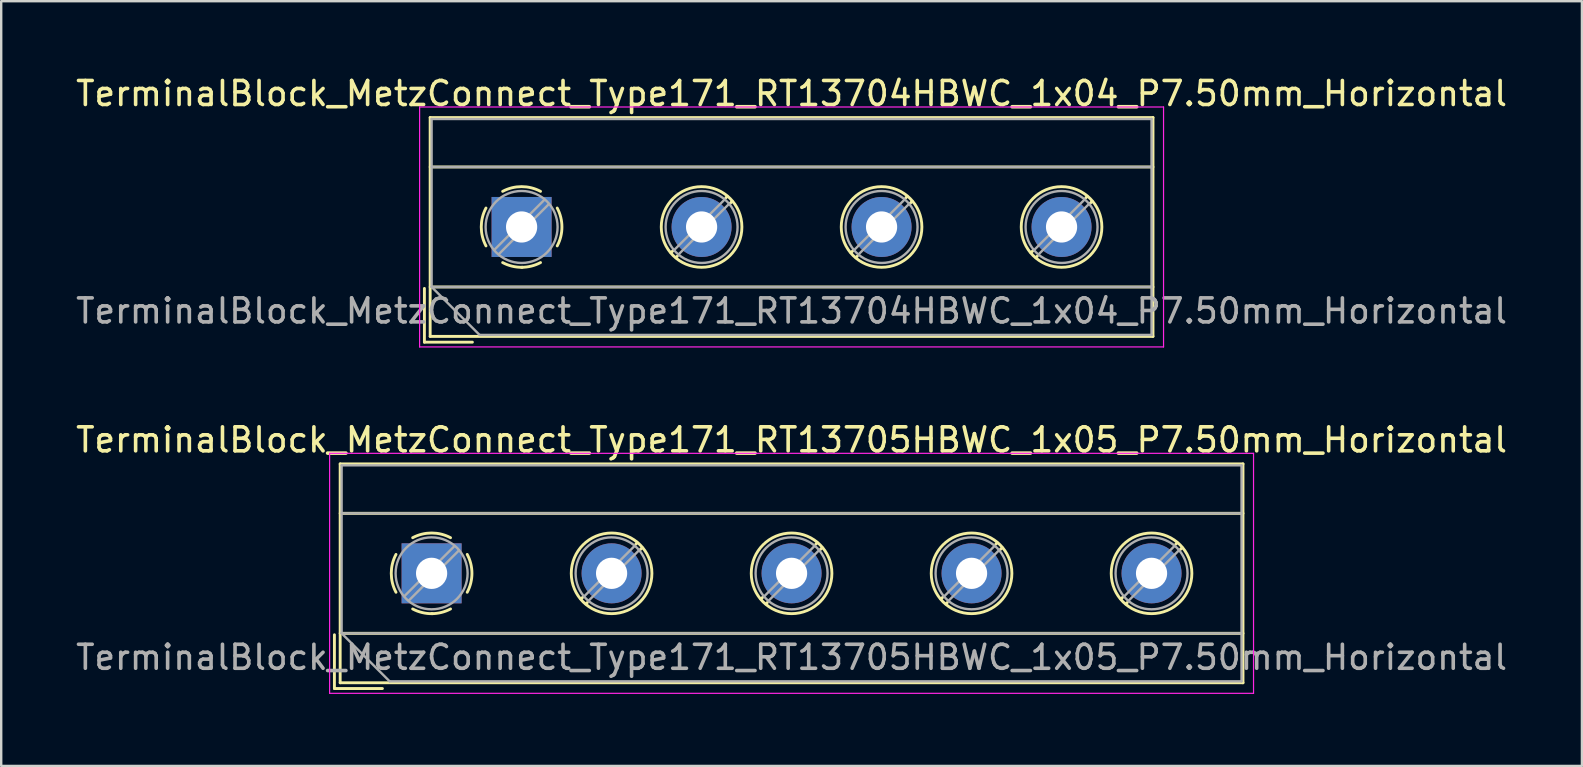
<source format=kicad_pcb>
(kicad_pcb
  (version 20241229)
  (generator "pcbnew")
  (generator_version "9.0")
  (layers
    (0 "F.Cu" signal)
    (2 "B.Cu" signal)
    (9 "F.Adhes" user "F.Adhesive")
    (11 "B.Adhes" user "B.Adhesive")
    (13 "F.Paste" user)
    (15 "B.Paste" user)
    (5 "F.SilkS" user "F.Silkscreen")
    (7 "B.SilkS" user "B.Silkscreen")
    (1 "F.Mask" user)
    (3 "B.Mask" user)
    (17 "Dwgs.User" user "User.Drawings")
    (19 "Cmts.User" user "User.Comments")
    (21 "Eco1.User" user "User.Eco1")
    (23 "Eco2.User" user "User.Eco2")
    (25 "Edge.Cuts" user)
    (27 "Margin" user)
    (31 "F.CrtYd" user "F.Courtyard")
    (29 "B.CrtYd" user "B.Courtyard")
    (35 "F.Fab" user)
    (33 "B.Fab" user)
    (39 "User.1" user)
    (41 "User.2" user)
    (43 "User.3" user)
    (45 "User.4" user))
  (footprint "TerminalBlock_MetzConnect_Type171_RT13705HBWC_1x05_P7.50mm_Horizontal"
    (layer "F.Cu")
    (at 14.935 20.841)
    (property "Reference" "TerminalBlock_MetzConnect_Type171_RT13705HBWC_1x05_P7.50mm_Horizontal" (at 15 -5.56 0) (layer "F.SilkS") (effects (font (size 1 1) (thickness 0.15))))
    (attr through_hole)
    (fp_line (start -4.05 2.56) (end -4.05 4.8) (stroke (width 0.12) (type solid)) (layer "F.SilkS"))
    (fp_line (start -4.05 4.8) (end -2.05 4.8) (stroke (width 0.12) (type solid)) (layer "F.SilkS"))
    (fp_line (start -3.81 -4.56) (end -3.81 4.56) (stroke (width 0.12) (type solid)) (layer "F.SilkS"))
    (fp_line (start -3.81 -4.56) (end 33.81 -4.56) (stroke (width 0.12) (type solid)) (layer "F.SilkS"))
    (fp_line (start -3.81 -2.5) (end 33.81 -2.5) (stroke (width 0.12) (type solid)) (layer "F.SilkS"))
    (fp_line (start -3.81 2.5) (end 33.81 2.5) (stroke (width 0.12) (type solid)) (layer "F.SilkS"))
    (fp_line (start -3.81 4.56) (end 33.81 4.56) (stroke (width 0.12) (type solid)) (layer "F.SilkS"))
    (fp_line (start 6.32 0.976) (end 6.226 1.069) (stroke (width 0.12) (type solid)) (layer "F.SilkS"))
    (fp_line (start 6.49 1.216) (end 6.431 1.274) (stroke (width 0.12) (type solid)) (layer "F.SilkS"))
    (fp_line (start 8.57 -1.275) (end 8.511 -1.216) (stroke (width 0.12) (type solid)) (layer "F.SilkS"))
    (fp_line (start 8.775 -1.069) (end 8.681 -0.976) (stroke (width 0.12) (type solid)) (layer "F.SilkS"))
    (fp_line (start 13.82 0.976) (end 13.726 1.069) (stroke (width 0.12) (type solid)) (layer "F.SilkS"))
    (fp_line (start 13.99 1.216) (end 13.931 1.274) (stroke (width 0.12) (type solid)) (layer "F.SilkS"))
    (fp_line (start 16.07 -1.275) (end 16.011 -1.216) (stroke (width 0.12) (type solid)) (layer "F.SilkS"))
    (fp_line (start 16.275 -1.069) (end 16.181 -0.976) (stroke (width 0.12) (type solid)) (layer "F.SilkS"))
    (fp_line (start 21.32 0.976) (end 21.226 1.069) (stroke (width 0.12) (type solid)) (layer "F.SilkS"))
    (fp_line (start 21.49 1.216) (end 21.431 1.274) (stroke (width 0.12) (type solid)) (layer "F.SilkS"))
    (fp_line (start 23.57 -1.275) (end 23.511 -1.216) (stroke (width 0.12) (type solid)) (layer "F.SilkS"))
    (fp_line (start 23.775 -1.069) (end 23.681 -0.976) (stroke (width 0.12) (type solid)) (layer "F.SilkS"))
    (fp_line (start 28.82 0.976) (end 28.726 1.069) (stroke (width 0.12) (type solid)) (layer "F.SilkS"))
    (fp_line (start 28.99 1.216) (end 28.931 1.274) (stroke (width 0.12) (type solid)) (layer "F.SilkS"))
    (fp_line (start 31.07 -1.275) (end 31.011 -1.216) (stroke (width 0.12) (type solid)) (layer "F.SilkS"))
    (fp_line (start 31.275 -1.069) (end 31.181 -0.976) (stroke (width 0.12) (type solid)) (layer "F.SilkS"))
    (fp_line (start 33.81 -4.56) (end 33.81 4.56) (stroke (width 0.12) (type solid)) (layer "F.SilkS"))
    (fp_arc (start -1.483953 0.789089) (mid -1.680708 0.00005) (end -1.484 -0.789) (stroke (width 0.12) (type solid)) (layer "F.SilkS"))
    (fp_arc (start -0.789089 -1.483953) (mid -0.00005 -1.680708) (end 0.789 -1.484) (stroke (width 0.12) (type solid)) (layer "F.SilkS"))
    (fp_arc (start 0.029383 1.68045) (mid -0.392304 1.634281) (end -0.789 1.484) (stroke (width 0.12) (type solid)) (layer "F.SilkS"))
    (fp_arc (start 0.788712 1.483352) (mid 0.406429 1.630097) (end 0 1.68) (stroke (width 0.12) (type solid)) (layer "F.SilkS"))
    (fp_arc (start 1.483953 -0.789089) (mid 1.680708 -0.00005) (end 1.484 0.789) (stroke (width 0.12) (type solid)) (layer "F.SilkS"))
    (fp_circle (center 7.5 0) (end 9.18 0) (stroke (width 0.12) (type solid)) (fill no) (layer "F.SilkS"))
    (fp_circle (center 15 0) (end 16.68 0) (stroke (width 0.12) (type solid)) (fill no) (layer "F.SilkS"))
    (fp_circle (center 22.5 0) (end 24.18 0) (stroke (width 0.12) (type solid)) (fill no) (layer "F.SilkS"))
    (fp_circle (center 30 0) (end 31.68 0) (stroke (width 0.12) (type solid)) (fill no) (layer "F.SilkS"))
    (fp_line (start -4.25 -5) (end -4.25 5) (stroke (width 0.05) (type solid)) (layer "F.CrtYd"))
    (fp_line (start -4.25 5) (end 34.25 5) (stroke (width 0.05) (type solid)) (layer "F.CrtYd"))
    (fp_line (start 34.25 -5) (end -4.25 -5) (stroke (width 0.05) (type solid)) (layer "F.CrtYd"))
    (fp_line (start 34.25 5) (end 34.25 -5) (stroke (width 0.05) (type solid)) (layer "F.CrtYd"))
    (fp_line (start -3.75 -4.5) (end 33.75 -4.5) (stroke (width 0.1) (type solid)) (layer "F.Fab"))
    (fp_line (start -3.75 -2.5) (end 33.75 -2.5) (stroke (width 0.1) (type solid)) (layer "F.Fab"))
    (fp_line (start -3.75 2.5) (end -3.75 -4.5) (stroke (width 0.1) (type solid)) (layer "F.Fab"))
    (fp_line (start -3.75 2.5) (end 33.75 2.5) (stroke (width 0.1) (type solid)) (layer "F.Fab"))
    (fp_line (start -1.75 4.5) (end -3.75 2.5) (stroke (width 0.1) (type solid)) (layer "F.Fab"))
    (fp_line (start 0.955 -1.138) (end -1.138 0.955) (stroke (width 0.1) (type solid)) (layer "F.Fab"))
    (fp_line (start 1.138 -0.955) (end -0.955 1.138) (stroke (width 0.1) (type solid)) (layer "F.Fab"))
    (fp_line (start 8.455 -1.138) (end 6.363 0.955) (stroke (width 0.1) (type solid)) (layer "F.Fab"))
    (fp_line (start 8.638 -0.955) (end 6.546 1.138) (stroke (width 0.1) (type solid)) (layer "F.Fab"))
    (fp_line (start 15.955 -1.138) (end 13.863 0.955) (stroke (width 0.1) (type solid)) (layer "F.Fab"))
    (fp_line (start 16.138 -0.955) (end 14.046 1.138) (stroke (width 0.1) (type solid)) (layer "F.Fab"))
    (fp_line (start 23.455 -1.138) (end 21.363 0.955) (stroke (width 0.1) (type solid)) (layer "F.Fab"))
    (fp_line (start 23.638 -0.955) (end 21.546 1.138) (stroke (width 0.1) (type solid)) (layer "F.Fab"))
    (fp_line (start 30.955 -1.138) (end 28.863 0.955) (stroke (width 0.1) (type solid)) (layer "F.Fab"))
    (fp_line (start 31.138 -0.955) (end 29.046 1.138) (stroke (width 0.1) (type solid)) (layer "F.Fab"))
    (fp_line (start 33.75 -4.5) (end 33.75 4.5) (stroke (width 0.1) (type solid)) (layer "F.Fab"))
    (fp_line (start 33.75 4.5) (end -1.75 4.5) (stroke (width 0.1) (type solid)) (layer "F.Fab"))
    (fp_circle (center 0 0) (end 1.5 0) (stroke (width 0.1) (type solid)) (fill no) (layer "F.Fab"))
    (fp_circle (center 7.5 0) (end 9 0) (stroke (width 0.1) (type solid)) (fill no) (layer "F.Fab"))
    (fp_circle (center 15 0) (end 16.5 0) (stroke (width 0.1) (type solid)) (fill no) (layer "F.Fab"))
    (fp_circle (center 22.5 0) (end 24 0) (stroke (width 0.1) (type solid)) (fill no) (layer "F.Fab"))
    (fp_circle (center 30 0) (end 31.5 0) (stroke (width 0.1) (type solid)) (fill no) (layer "F.Fab"))
    (fp_text user "${REFERENCE}" (at 15 3.5 0) (layer "F.Fab") (effects (font (size 1 1) (thickness 0.15))))
    (pad "1" thru_hole rect (at 0 0) (size 2.5 2.5) (drill 1.3) (layers "*.Cu" "*.Mask"))
    (pad "2" thru_hole circle (at 7.5 0) (size 2.5 2.5) (drill 1.3) (layers "*.Cu" "*.Mask"))
    (pad "3" thru_hole circle (at 15 0) (size 2.5 2.5) (drill 1.3) (layers "*.Cu" "*.Mask"))
    (pad "4" thru_hole circle (at 22.5 0) (size 2.5 2.5) (drill 1.3) (layers "*.Cu" "*.Mask"))
    (pad "5" thru_hole circle (at 30 0) (size 2.5 2.5) (drill 1.3) (layers "*.Cu" "*.Mask")))
  (footprint "TerminalBlock_MetzConnect_Type171_RT13704HBWC_1x04_P7.50mm_Horizontal"
    (layer "F.Cu")
    (at 18.685 6.408)
    (property "Reference" "TerminalBlock_MetzConnect_Type171_RT13704HBWC_1x04_P7.50mm_Horizontal" (at 11.25 -5.56 0) (layer "F.SilkS") (effects (font (size 1 1) (thickness 0.15))))
    (attr through_hole)
    (fp_line (start -4.05 2.56) (end -4.05 4.8) (stroke (width 0.12) (type solid)) (layer "F.SilkS"))
    (fp_line (start -4.05 4.8) (end -2.05 4.8) (stroke (width 0.12) (type solid)) (layer "F.SilkS"))
    (fp_line (start -3.81 -4.56) (end -3.81 4.56) (stroke (width 0.12) (type solid)) (layer "F.SilkS"))
    (fp_line (start -3.81 -4.56) (end 26.31 -4.56) (stroke (width 0.12) (type solid)) (layer "F.SilkS"))
    (fp_line (start -3.81 -2.5) (end 26.31 -2.5) (stroke (width 0.12) (type solid)) (layer "F.SilkS"))
    (fp_line (start -3.81 2.5) (end 26.31 2.5) (stroke (width 0.12) (type solid)) (layer "F.SilkS"))
    (fp_line (start -3.81 4.56) (end 26.31 4.56) (stroke (width 0.12) (type solid)) (layer "F.SilkS"))
    (fp_line (start 6.32 0.976) (end 6.226 1.069) (stroke (width 0.12) (type solid)) (layer "F.SilkS"))
    (fp_line (start 6.49 1.216) (end 6.431 1.274) (stroke (width 0.12) (type solid)) (layer "F.SilkS"))
    (fp_line (start 8.57 -1.275) (end 8.511 -1.216) (stroke (width 0.12) (type solid)) (layer "F.SilkS"))
    (fp_line (start 8.775 -1.069) (end 8.681 -0.976) (stroke (width 0.12) (type solid)) (layer "F.SilkS"))
    (fp_line (start 13.82 0.976) (end 13.726 1.069) (stroke (width 0.12) (type solid)) (layer "F.SilkS"))
    (fp_line (start 13.99 1.216) (end 13.931 1.274) (stroke (width 0.12) (type solid)) (layer "F.SilkS"))
    (fp_line (start 16.07 -1.275) (end 16.011 -1.216) (stroke (width 0.12) (type solid)) (layer "F.SilkS"))
    (fp_line (start 16.275 -1.069) (end 16.181 -0.976) (stroke (width 0.12) (type solid)) (layer "F.SilkS"))
    (fp_line (start 21.32 0.976) (end 21.226 1.069) (stroke (width 0.12) (type solid)) (layer "F.SilkS"))
    (fp_line (start 21.49 1.216) (end 21.431 1.274) (stroke (width 0.12) (type solid)) (layer "F.SilkS"))
    (fp_line (start 23.57 -1.275) (end 23.511 -1.216) (stroke (width 0.12) (type solid)) (layer "F.SilkS"))
    (fp_line (start 23.775 -1.069) (end 23.681 -0.976) (stroke (width 0.12) (type solid)) (layer "F.SilkS"))
    (fp_line (start 26.31 -4.56) (end 26.31 4.56) (stroke (width 0.12) (type solid)) (layer "F.SilkS"))
    (fp_arc (start -1.483953 0.789089) (mid -1.680708 0.00005) (end -1.484 -0.789) (stroke (width 0.12) (type solid)) (layer "F.SilkS"))
    (fp_arc (start -0.789089 -1.483953) (mid -0.00005 -1.680708) (end 0.789 -1.484) (stroke (width 0.12) (type solid)) (layer "F.SilkS"))
    (fp_arc (start 0.029383 1.68045) (mid -0.392304 1.634281) (end -0.789 1.484) (stroke (width 0.12) (type solid)) (layer "F.SilkS"))
    (fp_arc (start 0.788712 1.483352) (mid 0.406429 1.630097) (end 0 1.68) (stroke (width 0.12) (type solid)) (layer "F.SilkS"))
    (fp_arc (start 1.483953 -0.789089) (mid 1.680708 -0.00005) (end 1.484 0.789) (stroke (width 0.12) (type solid)) (layer "F.SilkS"))
    (fp_circle (center 7.5 0) (end 9.18 0) (stroke (width 0.12) (type solid)) (fill no) (layer "F.SilkS"))
    (fp_circle (center 15 0) (end 16.68 0) (stroke (width 0.12) (type solid)) (fill no) (layer "F.SilkS"))
    (fp_circle (center 22.5 0) (end 24.18 0) (stroke (width 0.12) (type solid)) (fill no) (layer "F.SilkS"))
    (fp_line (start -4.25 -5) (end -4.25 5) (stroke (width 0.05) (type solid)) (layer "F.CrtYd"))
    (fp_line (start -4.25 5) (end 26.75 5) (stroke (width 0.05) (type solid)) (layer "F.CrtYd"))
    (fp_line (start 26.75 -5) (end -4.25 -5) (stroke (width 0.05) (type solid)) (layer "F.CrtYd"))
    (fp_line (start 26.75 5) (end 26.75 -5) (stroke (width 0.05) (type solid)) (layer "F.CrtYd"))
    (fp_line (start -3.75 -4.5) (end 26.25 -4.5) (stroke (width 0.1) (type solid)) (layer "F.Fab"))
    (fp_line (start -3.75 -2.5) (end 26.25 -2.5) (stroke (width 0.1) (type solid)) (layer "F.Fab"))
    (fp_line (start -3.75 2.5) (end -3.75 -4.5) (stroke (width 0.1) (type solid)) (layer "F.Fab"))
    (fp_line (start -3.75 2.5) (end 26.25 2.5) (stroke (width 0.1) (type solid)) (layer "F.Fab"))
    (fp_line (start -1.75 4.5) (end -3.75 2.5) (stroke (width 0.1) (type solid)) (layer "F.Fab"))
    (fp_line (start 0.955 -1.138) (end -1.138 0.955) (stroke (width 0.1) (type solid)) (layer "F.Fab"))
    (fp_line (start 1.138 -0.955) (end -0.955 1.138) (stroke (width 0.1) (type solid)) (layer "F.Fab"))
    (fp_line (start 8.455 -1.138) (end 6.363 0.955) (stroke (width 0.1) (type solid)) (layer "F.Fab"))
    (fp_line (start 8.638 -0.955) (end 6.546 1.138) (stroke (width 0.1) (type solid)) (layer "F.Fab"))
    (fp_line (start 15.955 -1.138) (end 13.863 0.955) (stroke (width 0.1) (type solid)) (layer "F.Fab"))
    (fp_line (start 16.138 -0.955) (end 14.046 1.138) (stroke (width 0.1) (type solid)) (layer "F.Fab"))
    (fp_line (start 23.455 -1.138) (end 21.363 0.955) (stroke (width 0.1) (type solid)) (layer "F.Fab"))
    (fp_line (start 23.638 -0.955) (end 21.546 1.138) (stroke (width 0.1) (type solid)) (layer "F.Fab"))
    (fp_line (start 26.25 -4.5) (end 26.25 4.5) (stroke (width 0.1) (type solid)) (layer "F.Fab"))
    (fp_line (start 26.25 4.5) (end -1.75 4.5) (stroke (width 0.1) (type solid)) (layer "F.Fab"))
    (fp_circle (center 0 0) (end 1.5 0) (stroke (width 0.1) (type solid)) (fill no) (layer "F.Fab"))
    (fp_circle (center 7.5 0) (end 9 0) (stroke (width 0.1) (type solid)) (fill no) (layer "F.Fab"))
    (fp_circle (center 15 0) (end 16.5 0) (stroke (width 0.1) (type solid)) (fill no) (layer "F.Fab"))
    (fp_circle (center 22.5 0) (end 24 0) (stroke (width 0.1) (type solid)) (fill no) (layer "F.Fab"))
    (fp_text user "${REFERENCE}" (at 11.25 3.5 0) (layer "F.Fab") (effects (font (size 1 1) (thickness 0.15))))
    (pad "1" thru_hole rect (at 0 0) (size 2.5 2.5) (drill 1.3) (layers "*.Cu" "*.Mask"))
    (pad "2" thru_hole circle (at 7.5 0) (size 2.5 2.5) (drill 1.3) (layers "*.Cu" "*.Mask"))
    (pad "3" thru_hole circle (at 15 0) (size 2.5 2.5) (drill 1.3) (layers "*.Cu" "*.Mask"))
    (pad "4" thru_hole circle (at 22.5 0) (size 2.5 2.5) (drill 1.3) (layers "*.Cu" "*.Mask")))
  (gr_rect
    (start -3 -3)
    (end 62.869 28.866)
    (stroke (width 0.1) (type default))
    (fill no)
    (layer "Edge.Cuts")))
</source>
